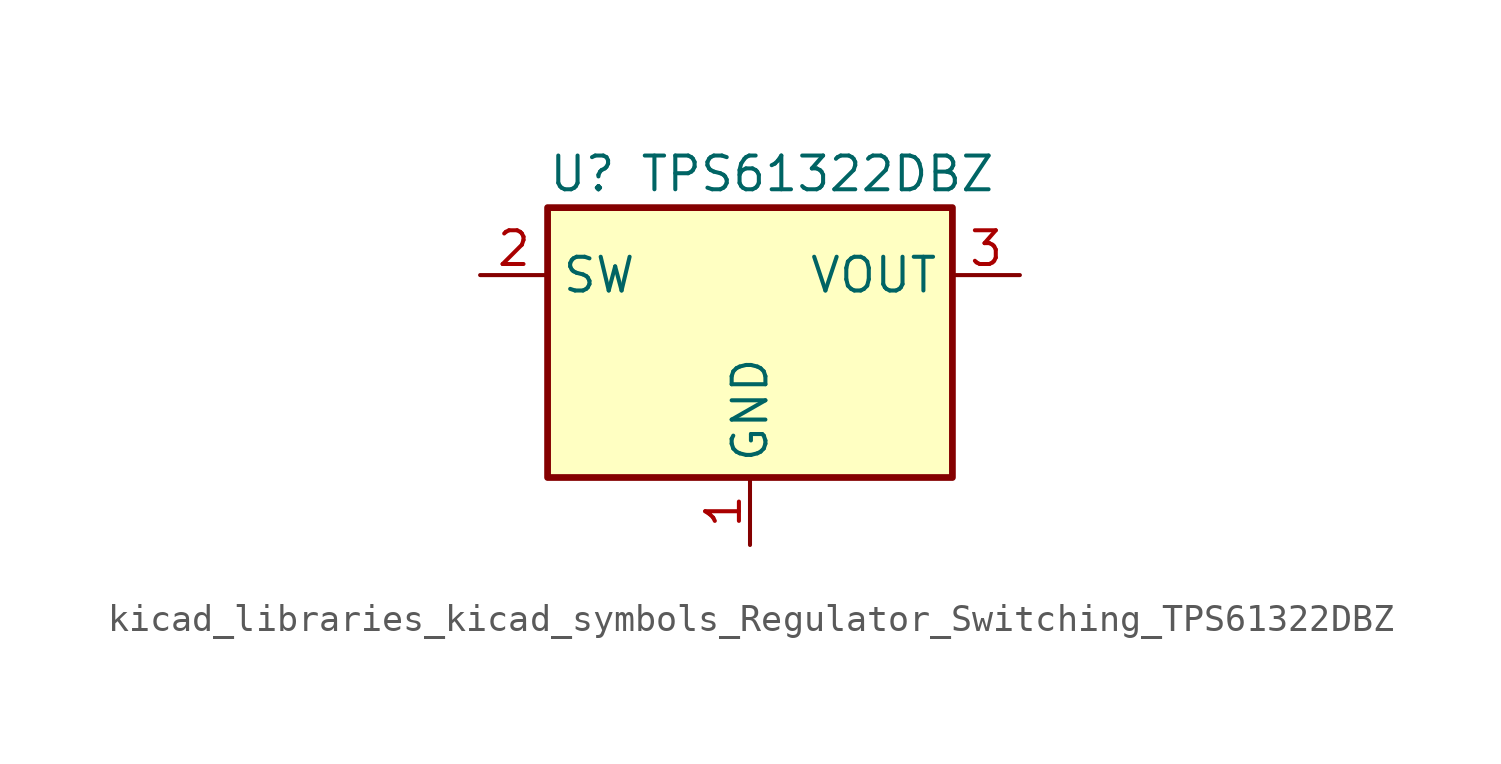
<source format=kicad_sym>
(kicad_symbol_lib
  (version 20220914)
  (generator kicad_symbol_editor)
  (symbol "kicad_libraries_kicad_symbols_Regulator_Switching_TPS61322DBZ"
    (property "Reference" "U"
      (at -7.62 6.35 0)
      (effects (font (size 1.27 1.27)) (justify left)))
    (property "Value" "TPS61322DBZ"
      (at 2.54 6.35 0)
      (effects (font (size 1.27 1.27))))
    (symbol "kicad_libraries_kicad_symbols_Regulator_Switching_TPS61322DBZ_0_1"
      (rectangle (start -7.62 5.08) (end 7.62 -5.08) (stroke (width 0.254) (type default)) (fill (type background))))
    (symbol "kicad_libraries_kicad_symbols_Regulator_Switching_TPS61322DBZ_1_1"
      (pin power_in line (at 0 -7.62 90) (length 2.54) (name "GND" (effects (font (size 1.27 1.27)))) (number "1" (effects (font (size 1.27 1.27)))))
      (pin power_in line (at -10.16 2.54 0) (length 2.54) (name "SW" (effects (font (size 1.27 1.27)))) (number "2" (effects (font (size 1.27 1.27)))))
      (pin power_out line (at 10.16 2.54 180) (length 2.54) (name "VOUT" (effects (font (size 1.27 1.27)))) (number "3" (effects (font (size 1.27 1.27))))))))
</source>
